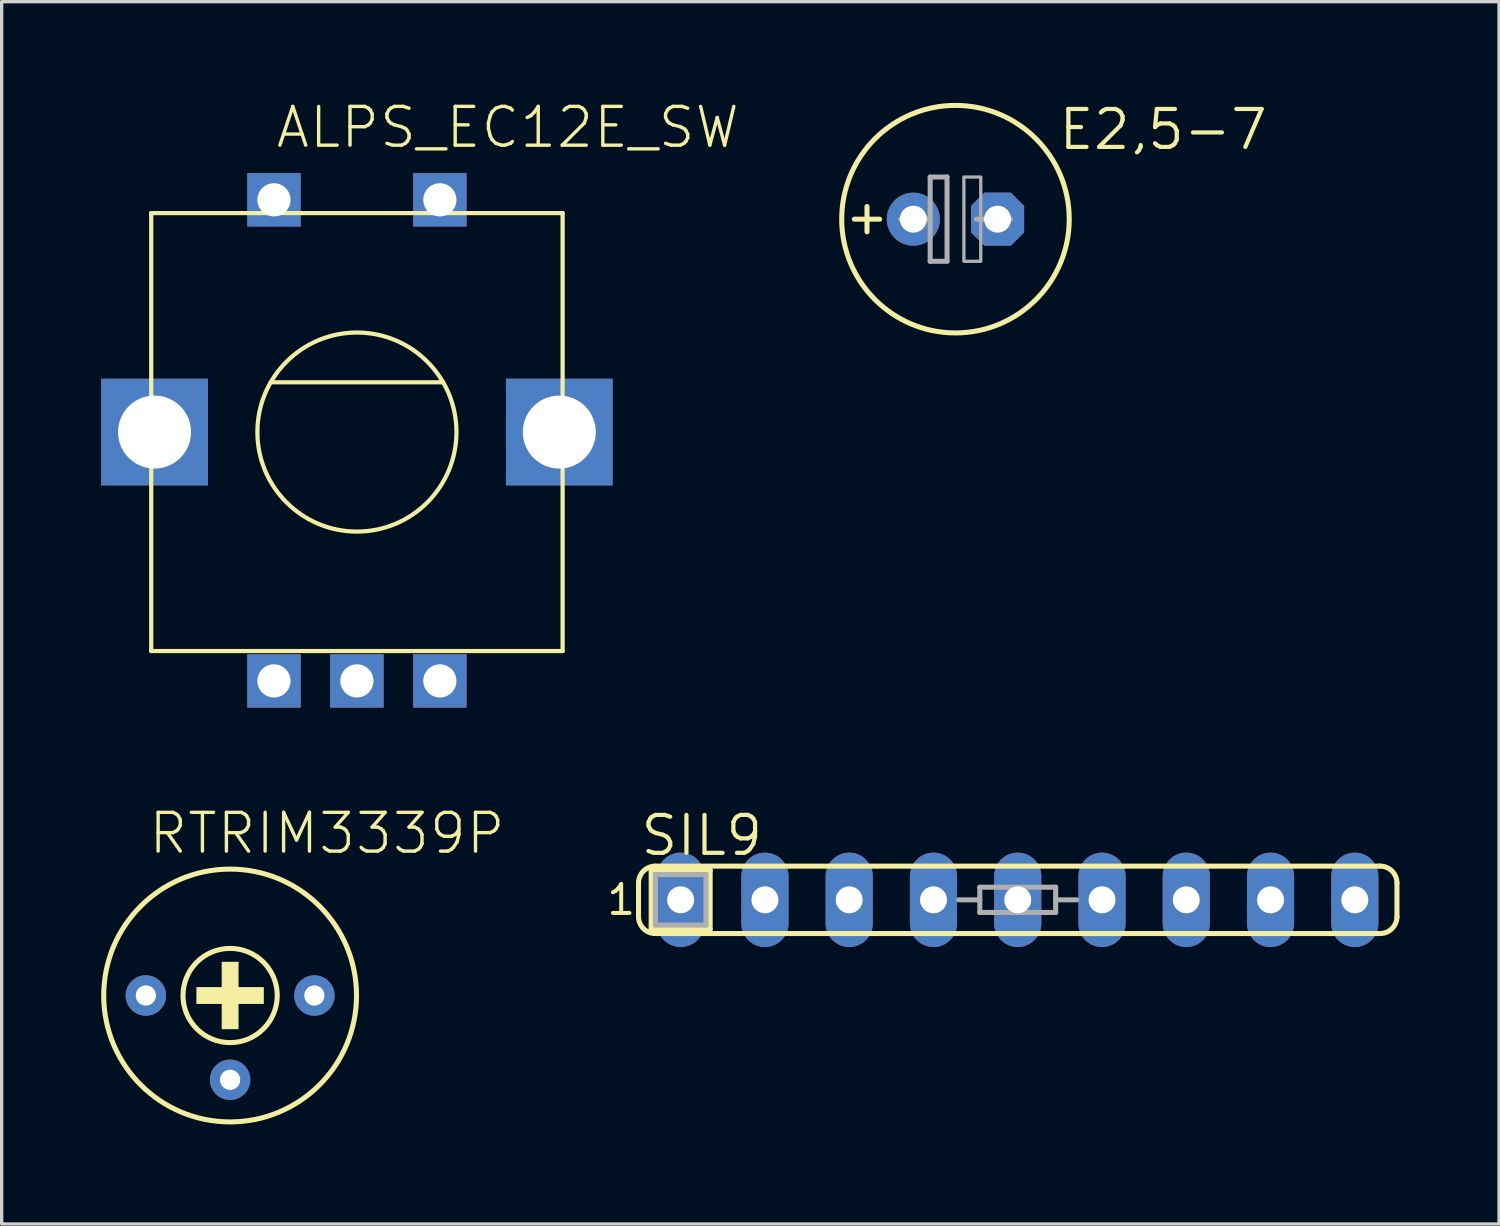
<source format=kicad_pcb>
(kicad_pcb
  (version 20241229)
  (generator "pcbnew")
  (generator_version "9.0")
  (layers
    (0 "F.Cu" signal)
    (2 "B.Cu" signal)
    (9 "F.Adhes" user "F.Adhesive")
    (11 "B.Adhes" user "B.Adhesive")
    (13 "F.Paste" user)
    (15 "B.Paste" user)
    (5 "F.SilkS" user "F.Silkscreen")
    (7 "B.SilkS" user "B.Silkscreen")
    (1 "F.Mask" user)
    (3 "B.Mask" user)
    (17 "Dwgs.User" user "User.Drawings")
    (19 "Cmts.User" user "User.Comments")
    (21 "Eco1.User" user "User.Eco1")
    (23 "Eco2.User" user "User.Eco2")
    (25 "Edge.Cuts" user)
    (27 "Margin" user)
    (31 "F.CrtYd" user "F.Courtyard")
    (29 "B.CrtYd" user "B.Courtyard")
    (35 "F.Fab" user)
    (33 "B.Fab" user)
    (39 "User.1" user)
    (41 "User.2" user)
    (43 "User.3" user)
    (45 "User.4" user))
  (footprint "SIL9"
    (layer "F.Cu")
    (at 27.626 24.072)
    (property "Reference" "SIL9" (at -11.43 -1.27 0) (layer "F.SilkS") (effects (font (size 1.143 1.143) (thickness 0.127)) (justify left bottom)))
    (fp_line (start -11.43 0.508) (end -11.43 -0.508) (stroke (width 0.152) (type solid)) (layer "F.SilkS"))
    (fp_line (start -11.049 -0.889) (end -9.271 -0.889) (stroke (width 0.152) (type solid)) (layer "F.SilkS"))
    (fp_line (start -11.049 0.889) (end -11.049 -0.889) (stroke (width 0.152) (type solid)) (layer "F.SilkS"))
    (fp_line (start -10.922 1.016) (end 10.922 1.016) (stroke (width 0.152) (type solid)) (layer "F.SilkS"))
    (fp_line (start -9.271 -0.889) (end -9.271 0.889) (stroke (width 0.152) (type solid)) (layer "F.SilkS"))
    (fp_line (start -9.271 0.889) (end -11.049 0.889) (stroke (width 0.152) (type solid)) (layer "F.SilkS"))
    (fp_line (start 10.922 -1.016) (end -10.922 -1.016) (stroke (width 0.152) (type solid)) (layer "F.SilkS"))
    (fp_line (start 11.43 -0.508) (end 11.43 0.508) (stroke (width 0.152) (type solid)) (layer "F.SilkS"))
    (fp_arc (start -11.43 -0.508) (mid -11.28121 -0.86721) (end -10.921999 -1.015999) (stroke (width 0.1524) (type solid)) (layer "F.SilkS"))
    (fp_arc (start -10.921999 1.015999) (mid -11.28121 0.86721) (end -11.43 0.508) (stroke (width 0.1524) (type solid)) (layer "F.SilkS"))
    (fp_arc (start 10.922 -1.016) (mid 11.281211 -0.86721) (end 11.430001 -0.507999) (stroke (width 0.1524) (type solid)) (layer "F.SilkS"))
    (fp_arc (start 11.430001 0.507999) (mid 11.281211 0.86721) (end 10.922 1.016) (stroke (width 0.1524) (type solid)) (layer "F.SilkS"))
    (fp_line (start -10.922 -0.762) (end -9.398 -0.762) (stroke (width 0.152) (type solid)) (layer "F.Fab"))
    (fp_line (start -10.922 0.762) (end -10.922 -0.762) (stroke (width 0.152) (type solid)) (layer "F.Fab"))
    (fp_line (start -9.398 -0.762) (end -9.398 0.762) (stroke (width 0.152) (type solid)) (layer "F.Fab"))
    (fp_line (start -9.398 0.762) (end -10.922 0.762) (stroke (width 0.152) (type solid)) (layer "F.Fab"))
    (fp_line (start -1.778 0) (end -1.143 0) (stroke (width 0.152) (type solid)) (layer "F.Fab"))
    (fp_line (start -1.143 -0.381) (end 1.143 -0.381) (stroke (width 0.152) (type solid)) (layer "F.Fab"))
    (fp_line (start -1.143 0) (end -1.143 -0.381) (stroke (width 0.152) (type solid)) (layer "F.Fab"))
    (fp_line (start -1.143 0.381) (end -1.143 0) (stroke (width 0.152) (type solid)) (layer "F.Fab"))
    (fp_line (start 1.143 -0.381) (end 1.143 0) (stroke (width 0.152) (type solid)) (layer "F.Fab"))
    (fp_line (start 1.143 0) (end 1.143 0.381) (stroke (width 0.152) (type solid)) (layer "F.Fab"))
    (fp_line (start 1.143 0.381) (end -1.143 0.381) (stroke (width 0.152) (type solid)) (layer "F.Fab"))
    (fp_line (start 1.778 0) (end 1.143 0) (stroke (width 0.152) (type solid)) (layer "F.Fab"))
    (fp_text user "1" (at -12.446 0.508 0) (layer "F.SilkS") (effects (font (size 0.872 0.872) (thickness 0.119)) (justify left bottom)))
    (pad "1" thru_hole oval (at -10.16 0 90) (size 2.845 1.422) (drill 0.813) (layers "*.Cu" "*.Mask"))
    (pad "2" thru_hole oval (at -7.62 0 90) (size 2.845 1.422) (drill 0.813) (layers "*.Cu" "*.Mask"))
    (pad "3" thru_hole oval (at -5.08 0 90) (size 2.845 1.422) (drill 0.813) (layers "*.Cu" "*.Mask"))
    (pad "4" thru_hole oval (at -2.54 0 90) (size 2.845 1.422) (drill 0.813) (layers "*.Cu" "*.Mask"))
    (pad "5" thru_hole oval (at 0 0 90) (size 2.845 1.422) (drill 0.813) (layers "*.Cu" "*.Mask"))
    (pad "6" thru_hole oval (at 2.54 0 90) (size 2.845 1.422) (drill 0.813) (layers "*.Cu" "*.Mask"))
    (pad "7" thru_hole oval (at 5.08 0 90) (size 2.845 1.422) (drill 0.813) (layers "*.Cu" "*.Mask"))
    (pad "8" thru_hole oval (at 7.62 0 90) (size 2.845 1.422) (drill 0.813) (layers "*.Cu" "*.Mask"))
    (pad "9" thru_hole oval (at 10.16 0 90) (size 2.845 1.422) (drill 0.813) (layers "*.Cu" "*.Mask")))
  (footprint "ALPS_EC12E_SW"
    (layer "F.Cu")
    (at 7.708 9.973)
    (property "Reference" "ALPS_EC12E_SW" (at -2.5 -8.5 0) (layer "F.SilkS") (effects (font (size 1.168 1.168) (thickness 0.102)) (justify left bottom)))
    (fp_line (start -6.2 -6.6) (end -6.2 6.6) (stroke (width 0.127) (type solid)) (layer "F.SilkS"))
    (fp_line (start -6.2 6.6) (end 6.2 6.6) (stroke (width 0.127) (type solid)) (layer "F.SilkS"))
    (fp_line (start -2.6 -1.5) (end 2.6 -1.5) (stroke (width 0.127) (type solid)) (layer "F.SilkS"))
    (fp_line (start 6.2 -6.6) (end -6.2 -6.6) (stroke (width 0.127) (type solid)) (layer "F.SilkS"))
    (fp_line (start 6.2 6.6) (end 6.2 -6.6) (stroke (width 0.127) (type solid)) (layer "F.SilkS"))
    (fp_circle (center 0 0) (end 3 0) (stroke (width 0.127) (type solid)) (fill no) (layer "F.SilkS"))
    (pad "A" thru_hole rect (at -2.5 7.5) (size 1.61 1.61) (drill 1) (layers "*.Cu" "*.Mask"))
    (pad "B" thru_hole rect (at 2.5 7.5) (size 1.61 1.61) (drill 1) (layers "*.Cu" "*.Mask"))
    (pad "C" thru_hole rect (at 0 7.5) (size 1.61 1.61) (drill 1) (layers "*.Cu" "*.Mask"))
    (pad "D" thru_hole rect (at -2.5 -7) (size 1.61 1.61) (drill 1) (layers "*.Cu" "*.Mask"))
    (pad "E" thru_hole rect (at 2.5 -7) (size 1.61 1.61) (drill 1) (layers "*.Cu" "*.Mask"))
    (pad "GND1" thru_hole rect (at -6.1 0) (size 3.216 3.216) (drill 2.2) (layers "*.Cu" "*.Mask"))
    (pad "GND2" thru_hole rect (at 6.1 0) (size 3.216 3.216) (drill 2.2) (layers "*.Cu" "*.Mask")))
  (footprint "RTRIM3339P"
    (layer "F.Cu")
    (at 3.886 26.956)
    (property "Reference" "RTRIM3339P" (at -2.515 -4.205 0) (layer "F.SilkS") (effects (font (size 1.168 1.168) (thickness 0.102)) (justify left bottom)))
    (fp_circle (center 0 0) (end 1.42 0) (stroke (width 0.152) (type solid)) (fill no) (layer "F.SilkS"))
    (fp_circle (center 0 0) (end 3.81 0) (stroke (width 0.152) (type solid)) (fill no) (layer "F.SilkS"))
    (fp_poly (pts (xy -1.016 0.254) (xy 1.016 0.254) (xy 1.016 -0.254) (xy -1.016 -0.254)) (stroke (width 0) (type solid)) (fill yes) (layer "F.SilkS"))
    (fp_poly (pts (xy -0.254 1.016) (xy 0.254 1.016) (xy 0.254 -1.016) (xy -0.254 -1.016)) (stroke (width 0) (type solid)) (fill yes) (layer "F.SilkS"))
    (pad "1" thru_hole circle (at -2.54 0) (size 1.219 1.219) (drill 0.61) (layers "*.Cu" "*.Mask"))
    (pad "2" thru_hole circle (at 0 2.54) (size 1.219 1.219) (drill 0.61) (layers "*.Cu" "*.Mask"))
    (pad "3" thru_hole circle (at 2.54 0) (size 1.219 1.219) (drill 0.61) (layers "*.Cu" "*.Mask")))
  (footprint "E2,5-7"
    (layer "F.Cu")
    (at 25.749 3.556)
    (property "Reference" "E2,5-7" (at 3.048 -2.032 0) (layer "F.SilkS") (effects (font (size 1.143 1.143) (thickness 0.127)) (justify left bottom)))
    (fp_line (start -3.048 0) (end -2.286 0) (stroke (width 0.152) (type solid)) (layer "F.SilkS"))
    (fp_line (start -2.667 0.381) (end -2.667 -0.381) (stroke (width 0.152) (type solid)) (layer "F.SilkS"))
    (fp_circle (center 0 0) (end 3.429 0) (stroke (width 0.152) (type solid)) (fill no) (layer "F.SilkS"))
    (fp_line (start -1.651 0) (end -0.762 0) (stroke (width 0.152) (type solid)) (layer "F.Fab"))
    (fp_line (start -0.762 -1.27) (end -0.762 0) (stroke (width 0.152) (type solid)) (layer "F.Fab"))
    (fp_line (start -0.762 0) (end -0.762 1.27) (stroke (width 0.152) (type solid)) (layer "F.Fab"))
    (fp_line (start -0.762 1.27) (end -0.254 1.27) (stroke (width 0.152) (type solid)) (layer "F.Fab"))
    (fp_line (start -0.254 -1.27) (end -0.762 -1.27) (stroke (width 0.152) (type solid)) (layer "F.Fab"))
    (fp_line (start -0.254 1.27) (end -0.254 -1.27) (stroke (width 0.152) (type solid)) (layer "F.Fab"))
    (fp_line (start 0.635 0) (end 1.651 0) (stroke (width 0.152) (type solid)) (layer "F.Fab"))
    (fp_poly (pts (xy 0.254 1.27) (xy 0.762 1.27) (xy 0.762 -1.27) (xy 0.254 -1.27)) (stroke (width 0.1) (type solid)) (fill no) (layer "F.Fab"))
    (pad "+" thru_hole circle (at -1.27 0) (size 1.6 1.6) (drill 0.813) (layers "*.Cu" "*.Mask"))
    (pad "-" thru_hole roundrect (at 1.27 0) (size 1.6 1.6) (drill 0.813) (layers "*.Cu" "*.Mask") (roundrect_rratio 0.25) (chamfer_ratio 0.25) (chamfer top_left top_right bottom_left bottom_right)))
  (gr_rect
    (start -3 -3)
    (end 42.133 33.842)
    (stroke (width 0.1) (type default))
    (fill no)
    (layer "Edge.Cuts")))
</source>
